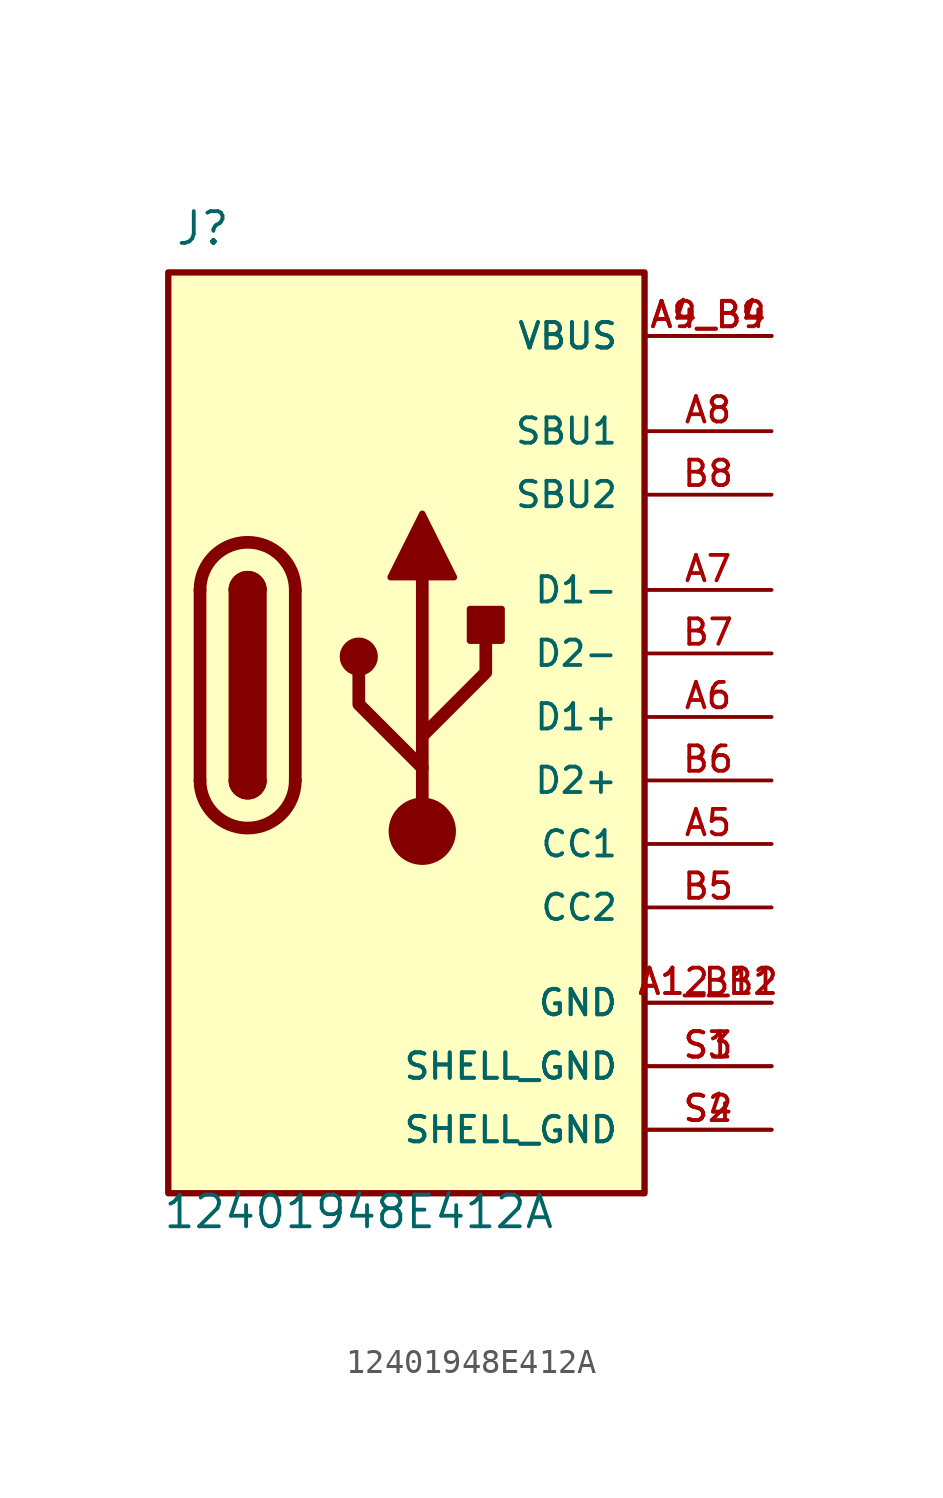
<source format=kicad_sym>
(kicad_symbol_lib
  (version 20231120)
  (generator "kicad_symbol_editor")
  (generator_version "8.0")
  (symbol "12401948E412A"
    (pin_names
      (offset 1.016))
    (property "Reference" "J"
      (at -12.446 21.336 0)
      (effects (font (size 1.27 1.27)) (justify left bottom)))
    (property "Value" "12401948E412A"
      (at -12.954 -16.51 0)
      (effects (font (size 1.27 1.27)) (justify left top)))
    (symbol "12401948E412A_0_0"
      (rectangle (start -12.7 20.32) (end 6.35 -16.51) (stroke (width 0.254) (type default)) (fill (type background)))
      (pin power_in line (at 11.43 -8.89 180) (length 5.08) (name "GND" (effects (font (size 1.016 1.016)))) (number "A12_B1" (effects (font (size 1.016 1.016)))))
      (pin power_in line (at 11.43 -8.89 180) (length 5.08) (name "GND" (effects (font (size 1.016 1.016)))) (number "A1_B12" (effects (font (size 1.016 1.016)))))
      (pin power_in line (at 11.43 17.78 180) (length 5.08) (name "VBUS" (effects (font (size 1.016 1.016)))) (number "A4_B9" (effects (font (size 1.016 1.016)))))
      (pin bidirectional line (at 11.43 -2.54 180) (length 5.08) (name "CC1" (effects (font (size 1.016 1.016)))) (number "A5" (effects (font (size 1.016 1.016)))))
      (pin bidirectional line (at 11.43 2.54 180) (length 5.08) (name "D1+" (effects (font (size 1.016 1.016)))) (number "A6" (effects (font (size 1.016 1.016)))))
      (pin bidirectional line (at 11.43 7.62 180) (length 5.08) (name "D1-" (effects (font (size 1.016 1.016)))) (number "A7" (effects (font (size 1.016 1.016)))))
      (pin bidirectional line (at 11.43 13.97 180) (length 5.08) (name "SBU1" (effects (font (size 1.016 1.016)))) (number "A8" (effects (font (size 1.016 1.016)))))
      (pin power_in line (at 11.43 17.78 180) (length 5.08) (name "VBUS" (effects (font (size 1.016 1.016)))) (number "A9_B4" (effects (font (size 1.016 1.016)))))
      (pin bidirectional line (at 11.43 -5.08 180) (length 5.08) (name "CC2" (effects (font (size 1.016 1.016)))) (number "B5" (effects (font (size 1.016 1.016)))))
      (pin bidirectional line (at 11.43 0 180) (length 5.08) (name "D2+" (effects (font (size 1.016 1.016)))) (number "B6" (effects (font (size 1.016 1.016)))))
      (pin bidirectional line (at 11.43 5.08 180) (length 5.08) (name "D2-" (effects (font (size 1.016 1.016)))) (number "B7" (effects (font (size 1.016 1.016)))))
      (pin bidirectional line (at 11.43 11.43 180) (length 5.08) (name "SBU2" (effects (font (size 1.016 1.016)))) (number "B8" (effects (font (size 1.016 1.016)))))
      (pin power_in line (at 11.43 -11.43 180) (length 5.08) (name "SHELL_GND" (effects (font (size 1.016 1.016)))) (number "S1" (effects (font (size 1.016 1.016)))))
      (pin power_in line (at 11.43 -13.97 180) (length 5.08) (name "SHELL_GND" (effects (font (size 1.016 1.016)))) (number "S2" (effects (font (size 1.016 1.016)))))
      (pin power_in line (at 11.43 -11.43 180) (length 5.08) (name "SHELL_GND" (effects (font (size 1.016 1.016)))) (number "S3" (effects (font (size 1.016 1.016)))))
      (pin power_in line (at 11.43 -13.97 180) (length 5.08) (name "SHELL_GND" (effects (font (size 1.016 1.016)))) (number "S4" (effects (font (size 1.016 1.016))))))
    (symbol "12401948E412A_0_1"
      (arc (start -11.43 0) (mid -9.525 -1.8967) (end -7.62 0) (stroke (width 0.508) (type default)) (fill (type none)))
      (arc (start -10.16 0) (mid -9.525 -0.6323) (end -8.89 0) (stroke (width 0.254) (type default)) (fill (type none)))
      (arc (start -10.16 0) (mid -9.525 -0.6323) (end -8.89 0) (stroke (width 0.254) (type default)) (fill (type outline)))
      (rectangle (start -10.16 0) (end -8.89 7.62) (stroke (width 0.254) (type default)) (fill (type outline)))
      (arc (start -8.89 7.62) (mid -9.525 8.2523) (end -10.16 7.62) (stroke (width 0.254) (type default)) (fill (type none)))
      (arc (start -8.89 7.62) (mid -9.525 8.2523) (end -10.16 7.62) (stroke (width 0.254) (type default)) (fill (type outline)))
      (arc (start -7.62 7.62) (mid -9.525 9.5167) (end -11.43 7.62) (stroke (width 0.508) (type default)) (fill (type none)))
      (circle (center -5.08 4.953) (radius 0.635) (stroke (width 0.254) (type default)) (fill (type outline)))
      (circle (center -2.54 -2.032) (radius 1.27) (stroke (width 0) (type default)) (fill (type outline)))
      (rectangle (start -0.635 5.588) (end 0.635 6.858) (stroke (width 0.254) (type default)) (fill (type outline)))
      (polyline (pts (xy -11.43 0) (xy -11.43 7.62)) (stroke (width 0.508) (type default)) (fill (type none)))
      (polyline (pts (xy -7.62 7.62) (xy -7.62 0)) (stroke (width 0.508) (type default)) (fill (type none)))
      (polyline (pts (xy -2.54 -2.032) (xy -2.54 8.128)) (stroke (width 0.508) (type default)) (fill (type none)))
      (polyline (pts (xy -2.54 0.508) (xy -5.08 3.048) (xy -5.08 4.318)) (stroke (width 0.508) (type default)) (fill (type none)))
      (polyline (pts (xy -2.54 1.778) (xy 0 4.318) (xy 0 5.588)) (stroke (width 0.508) (type default)) (fill (type none)))
      (polyline (pts (xy -3.81 8.128) (xy -2.54 10.668) (xy -1.27 8.128) (xy -3.81 8.128)) (stroke (width 0.254) (type default)) (fill (type outline))))))
</source>
